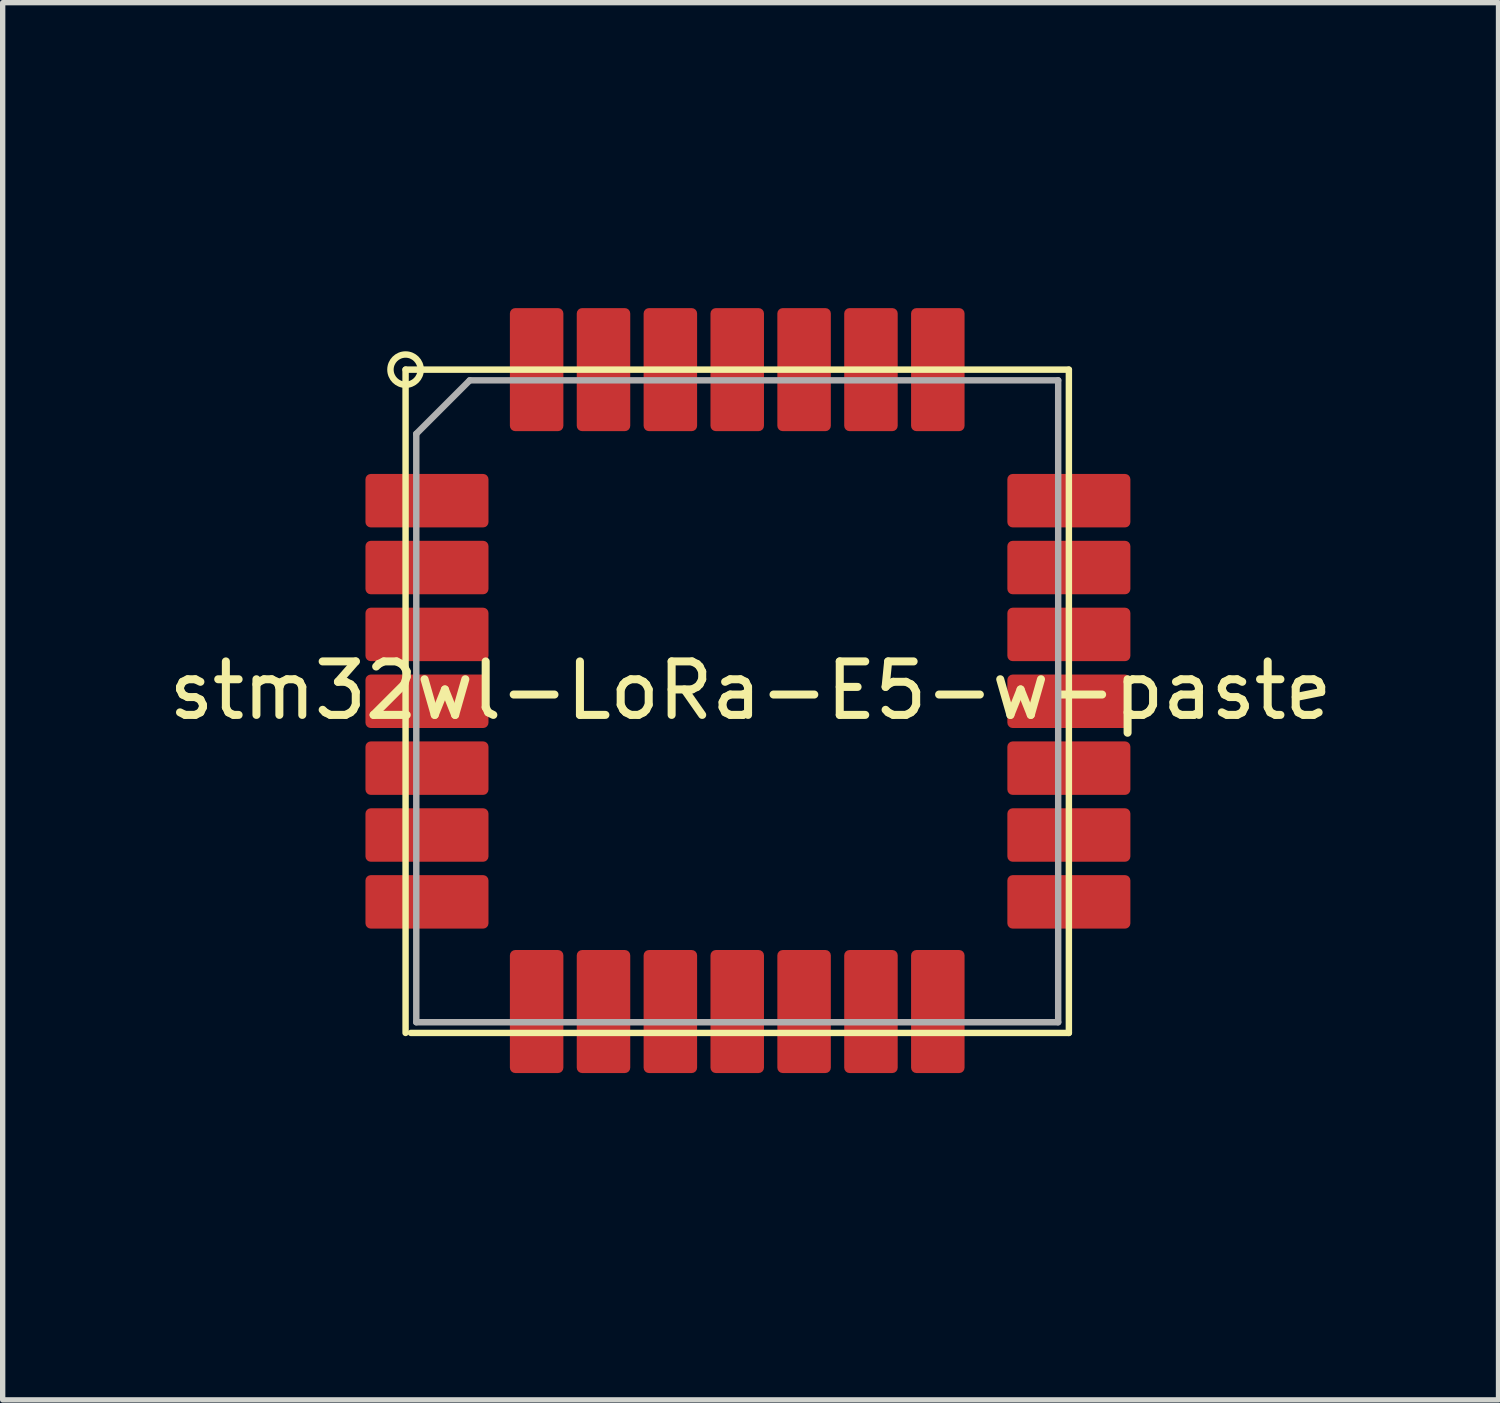
<source format=kicad_pcb>
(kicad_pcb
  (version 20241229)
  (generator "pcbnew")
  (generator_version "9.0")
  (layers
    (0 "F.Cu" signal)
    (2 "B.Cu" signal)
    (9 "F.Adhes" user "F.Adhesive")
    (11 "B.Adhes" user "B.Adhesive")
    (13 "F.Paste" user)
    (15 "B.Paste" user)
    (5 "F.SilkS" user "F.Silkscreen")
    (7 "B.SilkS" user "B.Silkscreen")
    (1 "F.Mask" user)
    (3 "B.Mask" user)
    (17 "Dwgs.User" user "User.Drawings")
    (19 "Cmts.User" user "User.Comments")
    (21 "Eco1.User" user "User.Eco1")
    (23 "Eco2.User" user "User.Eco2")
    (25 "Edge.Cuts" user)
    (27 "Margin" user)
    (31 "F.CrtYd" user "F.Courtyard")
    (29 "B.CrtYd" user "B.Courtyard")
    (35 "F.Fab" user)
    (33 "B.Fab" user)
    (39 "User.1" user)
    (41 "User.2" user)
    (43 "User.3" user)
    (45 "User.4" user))
  (footprint "stm32wl-LoRa-E5-w-paste"
    (layer "F.Cu")
    (at 10.732 10.06)
    (property "Reference" "stm32wl-LoRa-E5-w-paste" (at 0.25 -0.2 0) (layer "F.SilkS") (effects (font (size 1 1) (thickness 0.15))))
    (attr through_hole)
    (fp_line (start -6.2 -6.2) (end -6.2 6.2) (stroke (width 0.12) (type solid)) (layer "F.SilkS"))
    (fp_line (start -6.1 6.2) (end 6.2 6.2) (stroke (width 0.12) (type solid)) (layer "F.SilkS"))
    (fp_line (start 6.2 -6.2) (end -6.2 -6.2) (stroke (width 0.12) (type solid)) (layer "F.SilkS"))
    (fp_line (start 6.2 6.2) (end 6.2 -6.2) (stroke (width 0.12) (type solid)) (layer "F.SilkS"))
    (fp_circle (center -6.2 -6.2) (end -6 -6) (stroke (width 0.12) (type solid)) (fill no) (layer "F.SilkS"))
    (fp_line (start -10 0) (end 10 0) (stroke (width 0.12) (type solid)) (layer "Eco1.User"))
    (fp_line (start 0 10) (end 0 -10) (stroke (width 0.12) (type solid)) (layer "Eco1.User"))
    (fp_line (start -6 6) (end -6 -5) (stroke (width 0.12) (type solid)) (layer "F.Fab"))
    (fp_line (start -6 6) (end 6 6) (stroke (width 0.12) (type solid)) (layer "F.Fab"))
    (fp_line (start -5 -6) (end -6 -5) (stroke (width 0.12) (type solid)) (layer "F.Fab"))
    (fp_line (start 6 -6) (end -5 -6) (stroke (width 0.12) (type solid)) (layer "F.Fab"))
    (fp_line (start 6 6) (end 6 -6) (stroke (width 0.12) (type solid)) (layer "F.Fab"))
    (pad "1" smd roundrect (at -6 -3.75 180) (size 2.3 1) (drill (offset -0.2 0)) (layers "F.Cu" "F.Mask" "F.Paste") (roundrect_rratio 0.1))
    (pad "2" smd roundrect (at -6 -2.5 180) (size 2.3 1) (drill (offset -0.2 0)) (layers "F.Cu" "F.Mask" "F.Paste") (roundrect_rratio 0.1))
    (pad "3" smd roundrect (at -6 -1.25 180) (size 2.3 1) (drill (offset -0.2 0)) (layers "F.Cu" "F.Mask" "F.Paste") (roundrect_rratio 0.1))
    (pad "4" smd roundrect (at -6 0 180) (size 2.3 1) (drill (offset -0.2 0)) (layers "F.Cu" "F.Mask" "F.Paste") (roundrect_rratio 0.1))
    (pad "5" smd roundrect (at -6 1.25 180) (size 2.3 1) (drill (offset -0.2 0)) (layers "F.Cu" "F.Mask" "F.Paste") (roundrect_rratio 0.1))
    (pad "6" smd roundrect (at -6 2.5 180) (size 2.3 1) (drill (offset -0.2 0)) (layers "F.Cu" "F.Mask" "F.Paste") (roundrect_rratio 0.1))
    (pad "7" smd roundrect (at -6 3.75 180) (size 2.3 1) (drill (offset -0.2 0)) (layers "F.Cu" "F.Mask" "F.Paste") (roundrect_rratio 0.1))
    (pad "8" smd roundrect (at -3.75 6 270) (size 2.3 1) (drill (offset -0.2 0)) (layers "F.Cu" "F.Mask" "F.Paste") (roundrect_rratio 0.1))
    (pad "9" smd roundrect (at -2.5 6 270) (size 2.3 1) (drill (offset -0.2 0)) (layers "F.Cu" "F.Mask" "F.Paste") (roundrect_rratio 0.1))
    (pad "10" smd roundrect (at -1.25 6 270) (size 2.3 1) (drill (offset -0.2 0)) (layers "F.Cu" "F.Mask" "F.Paste") (roundrect_rratio 0.1))
    (pad "11" smd roundrect (at 0 6 270) (size 2.3 1) (drill (offset -0.2 0)) (layers "F.Cu" "F.Mask" "F.Paste") (roundrect_rratio 0.1))
    (pad "12" smd roundrect (at 1.25 6 270) (size 2.3 1) (drill (offset -0.2 0)) (layers "F.Cu" "F.Mask" "F.Paste") (roundrect_rratio 0.1))
    (pad "13" smd roundrect (at 2.5 6 270) (size 2.3 1) (drill (offset -0.2 0)) (layers "F.Cu" "F.Mask" "F.Paste") (roundrect_rratio 0.1))
    (pad "14" smd roundrect (at 3.75 6 270) (size 2.3 1) (drill (offset -0.2 0)) (layers "F.Cu" "F.Mask" "F.Paste") (roundrect_rratio 0.1))
    (pad "15" smd roundrect (at 6 3.75 180) (size 2.3 1) (drill (offset -0.2 0)) (layers "F.Cu" "F.Mask" "F.Paste") (roundrect_rratio 0.1))
    (pad "16" smd roundrect (at 6 2.5 180) (size 2.3 1) (drill (offset -0.2 0)) (layers "F.Cu" "F.Mask" "F.Paste") (roundrect_rratio 0.1))
    (pad "17" smd roundrect (at 6 1.25 180) (size 2.3 1) (drill (offset -0.2 0)) (layers "F.Cu" "F.Mask" "F.Paste") (roundrect_rratio 0.1))
    (pad "18" smd roundrect (at 6 0 180) (size 2.3 1) (drill (offset -0.2 0)) (layers "F.Cu" "F.Mask" "F.Paste") (roundrect_rratio 0.1))
    (pad "19" smd roundrect (at 6 -1.25 180) (size 2.3 1) (drill (offset -0.2 0)) (layers "F.Cu" "F.Mask" "F.Paste") (roundrect_rratio 0.1))
    (pad "20" smd roundrect (at 6 -2.5 180) (size 2.3 1) (drill (offset -0.2 0)) (layers "F.Cu" "F.Mask" "F.Paste") (roundrect_rratio 0.1))
    (pad "21" smd roundrect (at 6 -3.75 180) (size 2.3 1) (drill (offset -0.2 0)) (layers "F.Cu" "F.Mask" "F.Paste") (roundrect_rratio 0.1))
    (pad "22" smd roundrect (at 3.75 -6 270) (size 2.3 1) (drill (offset -0.2 0)) (layers "F.Cu" "F.Mask" "F.Paste") (roundrect_rratio 0.1))
    (pad "23" smd roundrect (at 2.5 -6 270) (size 2.3 1) (drill (offset -0.2 0)) (layers "F.Cu" "F.Mask" "F.Paste") (roundrect_rratio 0.1))
    (pad "24" smd roundrect (at 1.25 -6 270) (size 2.3 1) (drill (offset -0.2 0)) (layers "F.Cu" "F.Mask" "F.Paste") (roundrect_rratio 0.1))
    (pad "25" smd roundrect (at 0 -6 270) (size 2.3 1) (drill (offset -0.2 0)) (layers "F.Cu" "F.Mask" "F.Paste") (roundrect_rratio 0.1))
    (pad "26" smd roundrect (at -1.25 -6 270) (size 2.3 1) (drill (offset -0.2 0)) (layers "F.Cu" "F.Mask" "F.Paste") (roundrect_rratio 0.1))
    (pad "27" smd roundrect (at -2.5 -6 270) (size 2.3 1) (drill (offset -0.2 0)) (layers "F.Cu" "F.Mask" "F.Paste") (roundrect_rratio 0.1))
    (pad "28" smd roundrect (at -3.75 -6 270) (size 2.3 1) (drill (offset -0.2 0)) (layers "F.Cu" "F.Mask" "F.Paste") (roundrect_rratio 0.1)))
  (gr_rect
    (start -3 -3)
    (end 24.964 23.12)
    (stroke (width 0.1) (type default))
    (fill no)
    (layer "Edge.Cuts")))
</source>
